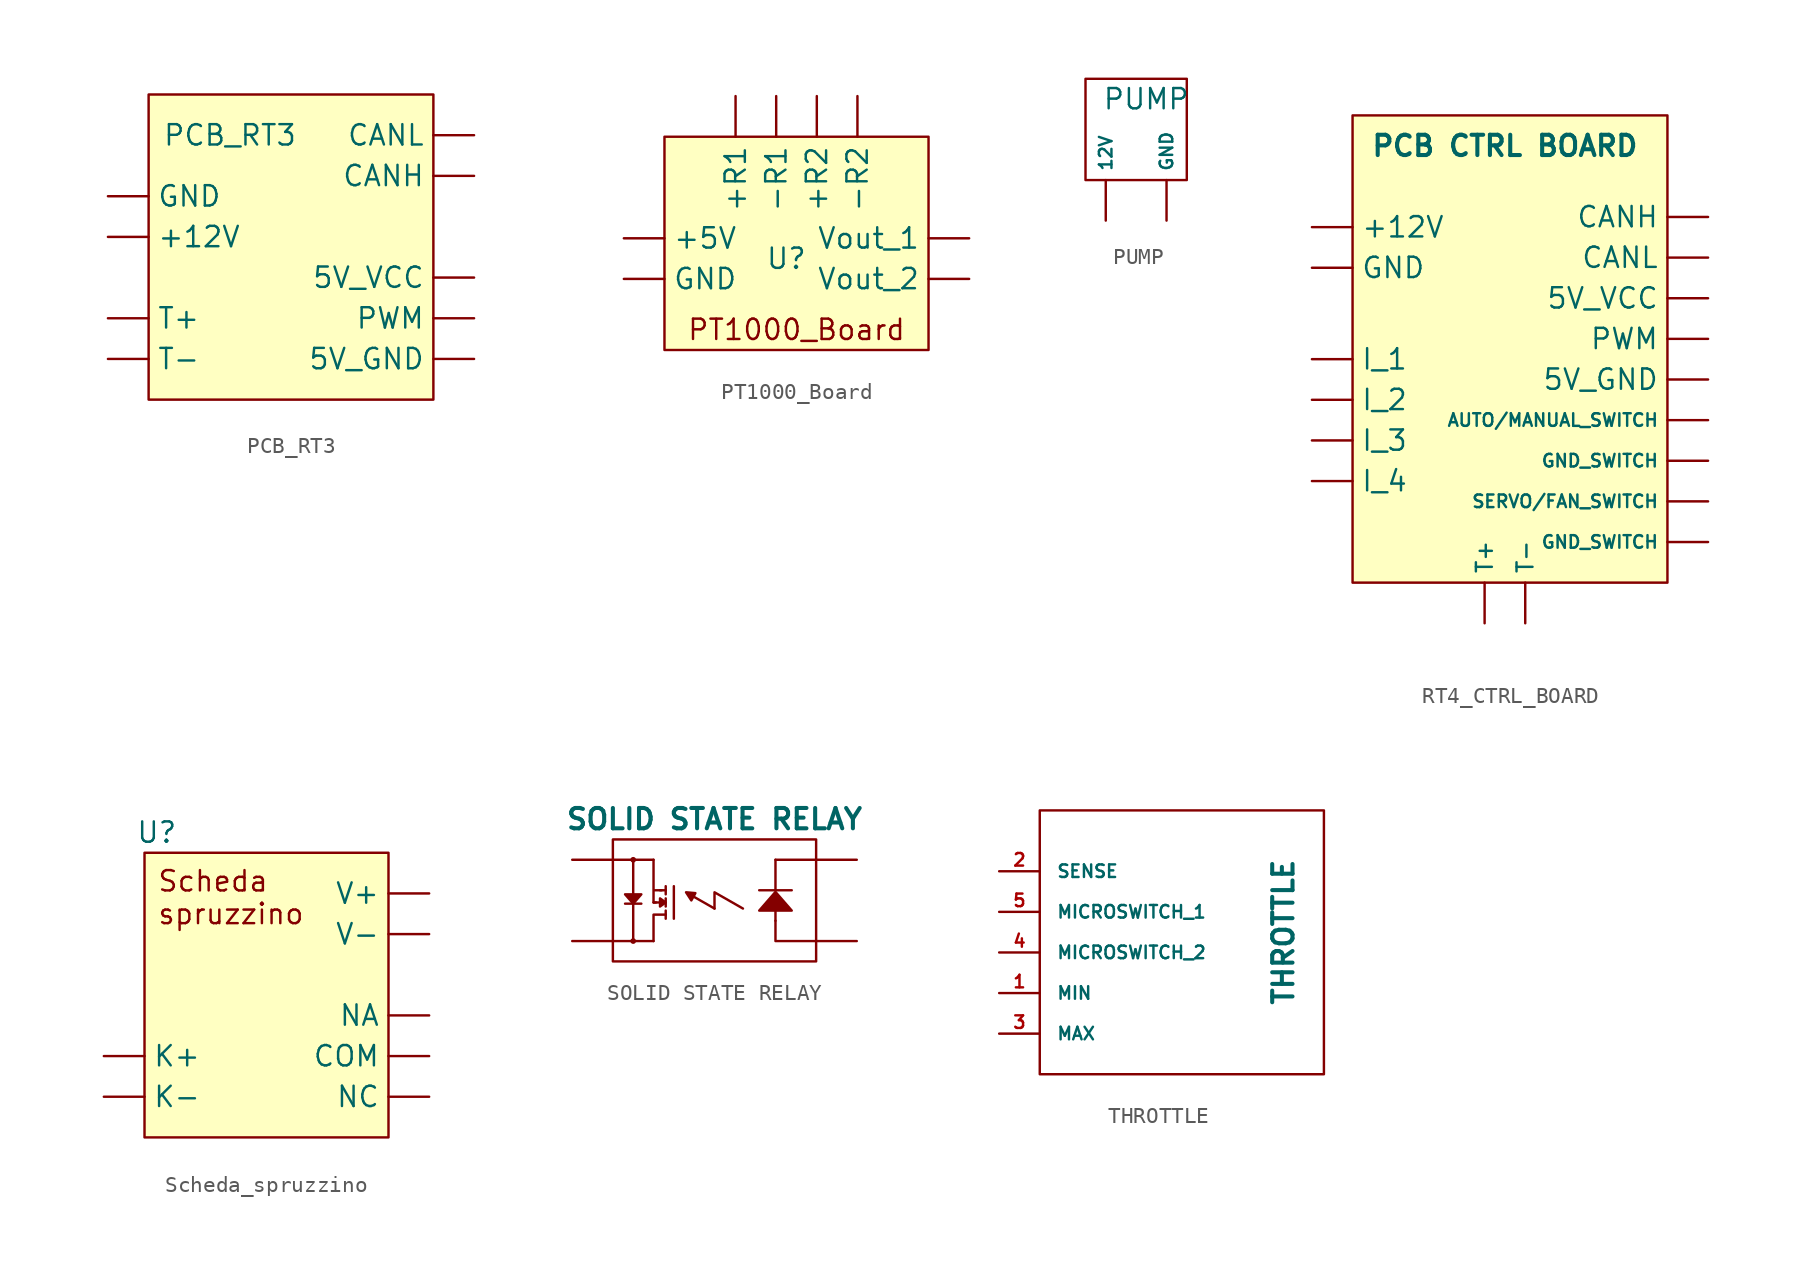
<source format=kicad_sym>
(kicad_symbol_lib
  (version 20231120)
  (generator "kicad_symbol_editor")
  (generator_version "8.0")
  (symbol "PCB_RT3"
    (property "Reference" "U"
      (at -7.62 -7.62 0)
      (effects (font (size 1.27 1.27)) (hide yes)))
    (property "Value" "PCB_RT3"
      (at -3.81 7.62 0)
      (effects (font (size 1.27 1.27))))
    (symbol "PCB_RT3_0_1"
      (rectangle (start 8.89 10.16) (end -8.89 -8.89) (stroke (width 0) (type default)) (fill (type background))))
    (symbol "PCB_RT3_1_1"
      (pin input line (at -11.43 1.27 0) (length 2.54) (name "+12V" (effects (font (size 1.27 1.27)))) (number "" (effects (font (size 1.27 1.27)))))
      (pin input line (at 11.43 -6.35 180) (length 2.54) (name "5V_GND" (effects (font (size 1.27 1.27)))) (number "" (effects (font (size 1.27 1.27)))))
      (pin input line (at 11.43 -1.27 180) (length 2.54) (name "5V_VCC" (effects (font (size 1.27 1.27)))) (number "" (effects (font (size 1.27 1.27)))))
      (pin input line (at 11.43 5.08 180) (length 2.54) (name "CANH" (effects (font (size 1.27 1.27)))) (number "" (effects (font (size 1.27 1.27)))))
      (pin input line (at 11.43 7.62 180) (length 2.54) (name "CANL" (effects (font (size 1.27 1.27)))) (number "" (effects (font (size 1.27 1.27)))))
      (pin input line (at -11.43 3.81 0) (length 2.54) (name "GND" (effects (font (size 1.27 1.27)))) (number "" (effects (font (size 1.27 1.27)))))
      (pin input line (at 11.43 -3.81 180) (length 2.54) (name "PWM" (effects (font (size 1.27 1.27)))) (number "" (effects (font (size 1.27 1.27)))))
      (pin input line (at -11.43 -3.81 0) (length 2.54) (name "T+" (effects (font (size 1.27 1.27)))) (number "" (effects (font (size 1.27 1.27)))))
      (pin input line (at -11.43 -6.35 0) (length 2.54) (name "T-" (effects (font (size 1.27 1.27)))) (number "" (effects (font (size 1.27 1.27)))))))
  (symbol "PT1000_Board"
    (property "Reference" "U"
      (at -0.635 -1.27 0)
      (effects (font (size 1.27 1.27))))
    (property "Value" ""
      (at -0.635 -1.27 0)
      (effects (font (size 1.27 1.27))))
    (symbol "PT1000_Board_1_1"
      (rectangle (start -8.255 6.35) (end 8.255 -6.985) (stroke (width 0) (type default)) (fill (type background)))
      (text "PT1000_Board" (at 0 -5.715 0) (effects (font (size 1.27 1.27))))
      (pin input line (at -10.795 0 0) (length 2.54) (name "+5V" (effects (font (size 1.27 1.27)))) (number "" (effects (font (size 1.27 1.27)))))
      (pin input line (at -3.81 8.89 270) (length 2.54) (name "+R1" (effects (font (size 1.27 1.27)))) (number "" (effects (font (size 1.27 1.27)))))
      (pin input line (at 1.27 8.89 270) (length 2.54) (name "+R2" (effects (font (size 1.27 1.27)))) (number "" (effects (font (size 1.27 1.27)))))
      (pin input line (at -1.27 8.89 270) (length 2.54) (name "-R1" (effects (font (size 1.27 1.27)))) (number "" (effects (font (size 1.27 1.27)))))
      (pin input line (at 3.81 8.89 270) (length 2.54) (name "-R2" (effects (font (size 1.27 1.27)))) (number "" (effects (font (size 1.27 1.27)))))
      (pin input line (at -10.795 -2.54 0) (length 2.54) (name "GND" (effects (font (size 1.27 1.27)))) (number "" (effects (font (size 1.27 1.27)))))
      (pin input line (at 10.795 0 180) (length 2.54) (name "Vout_1" (effects (font (size 1.27 1.27)))) (number "" (effects (font (size 1.27 1.27)))))
      (pin input line (at 10.795 -2.54 180) (length 2.54) (name "Vout_2" (effects (font (size 1.27 1.27)))) (number "" (effects (font (size 1.27 1.27)))))))
  (symbol "PUMP"
    (property "Reference" "U"
      (at 0 0 0)
      (effects (font (size 1.27 1.27)) (hide yes)))
    (property "Value" "PUMP"
      (at 0 5.08 0)
      (effects (font (size 1.27 1.27))))
    (symbol "PUMP_0_1"
      (rectangle (start -3.81 0) (end 2.54 6.35) (stroke (width 0) (type default)) (fill (type none))))
    (symbol "PUMP_1_1"
      (pin input line (at -2.54 -2.54 90) (length 2.54) (name "12V" (effects (font (size 0.787 0.787)))) (number "" (effects (font (size 0.787 0.787)))))
      (pin input line (at 1.27 -2.54 90) (length 2.54) (name "GND" (effects (font (size 0.787 0.787)))) (number "" (effects (font (size 0.787 0.787)))))))
  (symbol "RT4_CTRL_BOARD"
    (property "Reference" "U48"
      (at -7.62 -7.62 0)
      (effects (font (size 1.27 1.27)) (hide yes)))
    (property "Value" "PCB CTRL BOARD"
      (at 0 12.065 0)
      (effects (font (size 1.27 1.27) (bold yes))))
    (symbol "RT4_CTRL_BOARD_0_1"
      (rectangle (start -9.525 13.97) (end 10.16 -15.24) (stroke (width 0) (type default)) (fill (type background))))
    (symbol "RT4_CTRL_BOARD_1_1"
      (pin input line (at -12.065 6.985 0) (length 2.54) (name "+12V" (effects (font (size 1.27 1.27)))) (number "" (effects (font (size 1.27 1.27)))))
      (pin input line (at 12.7 -2.54 180) (length 2.54) (name "5V_GND" (effects (font (size 1.27 1.27)))) (number "" (effects (font (size 1.27 1.27)))))
      (pin input line (at 12.7 2.54 180) (length 2.54) (name "5V_VCC" (effects (font (size 1.27 1.27)))) (number "" (effects (font (size 1.27 1.27)))))
      (pin input line (at 12.7 -5.08 180) (length 2.54) (name "AUTO/MANUAL_SWITCH" (effects (font (size 0.787 0.787)))) (number "" (effects (font (size 0.787 0.787)))))
      (pin input line (at 12.7 7.62 180) (length 2.54) (name "CANH" (effects (font (size 1.27 1.27)))) (number "" (effects (font (size 1.27 1.27)))))
      (pin input line (at 12.7 5.08 180) (length 2.54) (name "CANL" (effects (font (size 1.27 1.27)))) (number "" (effects (font (size 1.27 1.27)))))
      (pin input line (at -12.065 4.445 0) (length 2.54) (name "GND" (effects (font (size 1.27 1.27)))) (number "" (effects (font (size 1.27 1.27)))))
      (pin input line (at 12.7 -12.7 180) (length 2.54) (name "GND_SWITCH" (effects (font (size 0.787 0.787)))) (number "" (effects (font (size 0.787 0.787)))))
      (pin input line (at 12.7 -7.62 180) (length 2.54) (name "GND_SWITCH" (effects (font (size 0.787 0.787)))) (number "" (effects (font (size 0.787 0.787)))))
      (pin input line (at -12.065 -1.27 0) (length 2.54) (name "I_1" (effects (font (size 1.27 1.27)))) (number "" (effects (font (size 1.27 1.27)))))
      (pin input line (at -12.065 -3.81 0) (length 2.54) (name "I_2" (effects (font (size 1.27 1.27)))) (number "" (effects (font (size 1.27 1.27)))))
      (pin input line (at -12.065 -6.35 0) (length 2.54) (name "I_3" (effects (font (size 1.27 1.27)))) (number "" (effects (font (size 1.27 1.27)))))
      (pin input line (at -12.065 -8.89 0) (length 2.54) (name "I_4" (effects (font (size 1.27 1.27)))) (number "" (effects (font (size 1.27 1.27)))))
      (pin input line (at 12.7 0 180) (length 2.54) (name "PWM" (effects (font (size 1.27 1.27)))) (number "" (effects (font (size 1.27 1.27)))))
      (pin input line (at 12.7 -10.16 180) (length 2.54) (name "SERVO/FAN_SWITCH" (effects (font (size 0.787 0.787)))) (number "" (effects (font (size 0.787 0.787)))))
      (pin input line (at -1.27 -17.78 90) (length 2.54) (name "T+" (effects (font (size 1 1)))) (number "" (effects (font (size 1.27 1.27)))))
      (pin input line (at 1.27 -17.78 90) (length 2.54) (name "T-" (effects (font (size 1 1)))) (number "" (effects (font (size 1.27 1.27)))))))
  (symbol "Scheda_spruzzino"
    (property "Reference" "U"
      (at -6.858 10.16 0)
      (effects (font (size 1.27 1.27))))
    (property "Value" ""
      (at 0 0 0)
      (effects (font (size 1.27 1.27))))
    (symbol "Scheda_spruzzino_1_1"
      (rectangle (start -7.62 8.89) (end 7.62 -8.89) (stroke (width 0) (type default)) (fill (type background)))
      (text "Scheda\nspruzzino" (at -6.858 6.096 0) (effects (font (size 1.27 1.27)) (justify left)))
      (pin input line (at 10.16 -3.81 180) (length 2.54) (name "COM" (effects (font (size 1.27 1.27)))) (number "" (effects (font (size 1.27 1.27)))))
      (pin input line (at -10.16 -3.81 0) (length 2.54) (name "K+" (effects (font (size 1.27 1.27)))) (number "" (effects (font (size 1.27 1.27)))))
      (pin input line (at -10.16 -6.35 0) (length 2.54) (name "K-" (effects (font (size 1.27 1.27)))) (number "" (effects (font (size 1.27 1.27)))))
      (pin input line (at 10.16 -1.27 180) (length 2.54) (name "NA" (effects (font (size 1.27 1.27)))) (number "" (effects (font (size 1.27 1.27)))))
      (pin input line (at 10.16 -6.35 180) (length 2.54) (name "NC" (effects (font (size 1.27 1.27)))) (number "" (effects (font (size 1.27 1.27)))))
      (pin input line (at 10.16 6.35 180) (length 2.54) (name "V+" (effects (font (size 1.27 1.27)))) (number "" (effects (font (size 1.27 1.27)))))
      (pin input line (at 10.16 3.81 180) (length 2.54) (name "V-" (effects (font (size 1.27 1.27)))) (number "" (effects (font (size 1.27 1.27)))))))
  (symbol "SOLID STATE RELAY"
    (pin_names
      (offset 1.016))
    (property "Reference" "S_R"
      (at 0 1.27 0)
      (effects (font (size 1.27 1.27)) (hide yes)))
    (property "Value" "SOLID STATE RELAY"
      (at 0 5.08 0)
      (effects (font (size 1.27 1.27) (bold yes))))
    (symbol "SOLID STATE RELAY_0_1"
      (rectangle (start -6.35 -3.81) (end 6.35 3.81) (stroke (width 0) (type default)) (fill (type none)))
      (circle (center -5.08 -2.54) (radius 0.102) (stroke (width 0) (type default)) (fill (type none)))
      (circle (center -5.08 2.54) (radius 0.102) (stroke (width 0) (type default)) (fill (type none)))
      (polyline (pts (xy -6.35 2.54) (xy -3.81 2.54)) (stroke (width 0) (type default)) (fill (type none)))
      (polyline (pts (xy -5.588 -0.203) (xy -4.572 -0.203)) (stroke (width 0) (type default)) (fill (type none)))
      (polyline (pts (xy -5.08 -2.54) (xy -5.08 2.54)) (stroke (width 0) (type default)) (fill (type none)))
      (polyline (pts (xy -3.785 -0.127) (xy -3.404 -0.127)) (stroke (width 0) (type default)) (fill (type none)))
      (polyline (pts (xy -3.404 0.635) (xy -3.048 0.635)) (stroke (width 0) (type default)) (fill (type none)))
      (polyline (pts (xy -3.048 -0.381) (xy -3.048 0.127)) (stroke (width 0) (type default)) (fill (type none)))
      (polyline (pts (xy -3.048 0.381) (xy -3.048 0.889)) (stroke (width 0) (type default)) (fill (type none)))
      (polyline (pts (xy -2.54 -1.143) (xy -2.54 0.889)) (stroke (width 0) (type default)) (fill (type none)))
      (polyline (pts (xy 3.81 -1.27) (xy 3.81 0)) (stroke (width 0) (type default)) (fill (type none)))
      (polyline (pts (xy 3.81 0.635) (xy 3.81 2.54)) (stroke (width 0) (type default)) (fill (type none)))
      (polyline (pts (xy -6.35 -2.54) (xy -3.81 -2.54) (xy -4.013 -2.54)) (stroke (width 0) (type default)) (fill (type none)))
      (polyline (pts (xy -3.658 -0.127) (xy -3.81 -0.127) (xy -3.708 -0.127)) (stroke (width 0) (type default)) (fill (type none)))
      (polyline (pts (xy -3.048 -0.889) (xy -3.81 -0.889) (xy -3.81 -2.54)) (stroke (width 0) (type default)) (fill (type none)))
      (polyline (pts (xy -3.048 -0.635) (xy -3.048 -1.143) (xy -3.048 -0.965)) (stroke (width 0) (type default)) (fill (type none)))
      (polyline (pts (xy 0 -0.508) (xy 0 0.508) (xy 1.778 -0.508)) (stroke (width 0) (type default)) (fill (type none)))
      (polyline (pts (xy 3.81 2.54) (xy 6.35 2.54) (xy 3.81 2.54)) (stroke (width 0) (type default)) (fill (type none)))
      (polyline (pts (xy 4.826 0.635) (xy 2.794 0.635) (xy 2.845 0.635)) (stroke (width 0) (type default)) (fill (type none)))
      (polyline (pts (xy -3.302 0.635) (xy -3.81 0.635) (xy -3.81 -0.127) (xy -3.81 2.54)) (stroke (width 0) (type default)) (fill (type none)))
      (polyline (pts (xy 3.81 -1.27) (xy 3.81 -2.54) (xy 6.35 -2.54) (xy 5.08 -2.54)) (stroke (width 0) (type default)) (fill (type none)))
      (polyline (pts (xy -5.08 0.381) (xy -4.572 0.381) (xy -5.08 -0.203) (xy -5.588 0.381) (xy -5.08 0.381)) (stroke (width 0) (type default)) (fill (type outline)))
      (polyline (pts (xy -3.048 -0.127) (xy -3.404 0.127) (xy -3.404 -0.381) (xy -3.048 -0.127) (xy -3.251 -0.076)) (stroke (width 0) (type default)) (fill (type outline)))
      (polyline (pts (xy 3.81 -0.635) (xy 2.794 -0.635) (xy 3.81 0.533) (xy 4.826 -0.635) (xy 3.835 -0.635)) (stroke (width 0) (type default)) (fill (type outline)))
      (polyline (pts (xy 0 -0.508) (xy -1.778 0.508) (xy -1.448 0) (xy -1.219 0.406) (xy -1.778 0.508) (xy -1.194 0.457) (xy -1.346 0.381) (xy -1.448 0.203) (xy -1.499 0.305)) (stroke (width 0) (type default)) (fill (type none))))
    (symbol "SOLID STATE RELAY_1_1"
      (pin input line (at -8.89 -2.54 0) (length 2.54) (name "~" (effects (font (size 0.787 0.787)))) (number "" (effects (font (size 0.787 0.787)))))
      (pin input line (at -8.89 2.54 0) (length 2.54) (name "~" (effects (font (size 0.787 0.787)))) (number "" (effects (font (size 0.787 0.787)))))
      (pin input line (at 8.89 -2.54 180) (length 2.54) (name "~" (effects (font (size 0.787 0.787)))) (number "" (effects (font (size 0.787 0.787)))))
      (pin input line (at 8.89 2.54 180) (length 2.54) (name "~" (effects (font (size 0.787 0.787)))) (number "" (effects (font (size 0.787 0.787)))))))
  (symbol "THROTTLE"
    (pin_names
      (offset 1.016))
    (property "Reference" "T"
      (at 0 0 0)
      (effects (font (size 1.27 1.27)) (hide yes)))
    (property "Value" "THROTTLE"
      (at 6.35 0 90)
      (effects (font (size 1.27 1.27) (bold yes))))
    (symbol "THROTTLE_0_0"
      (rectangle (start -8.89 7.62) (end 8.89 -8.89) (stroke (width 0) (type default)) (fill (type none))))
    (symbol "THROTTLE_1_1"
      (pin input line (at -11.43 -3.81 0) (length 2.54) (name "MIN" (effects (font (size 0.787 0.787)))) (number "1" (effects (font (size 0.787 0.787)))))
      (pin input line (at -11.43 3.81 0) (length 2.54) (name "SENSE" (effects (font (size 0.787 0.787)))) (number "2" (effects (font (size 0.787 0.787)))))
      (pin input line (at -11.43 -6.35 0) (length 2.54) (name "MAX" (effects (font (size 0.787 0.787)))) (number "3" (effects (font (size 0.787 0.787)))))
      (pin input line (at -11.43 -1.27 0) (length 2.54) (name "MICROSWITCH_2" (effects (font (size 0.787 0.787)))) (number "4" (effects (font (size 0.787 0.787)))))
      (pin input line (at -11.43 1.27 0) (length 2.54) (name "MICROSWITCH_1" (effects (font (size 0.787 0.787)))) (number "5" (effects (font (size 0.787 0.787))))))))
</source>
